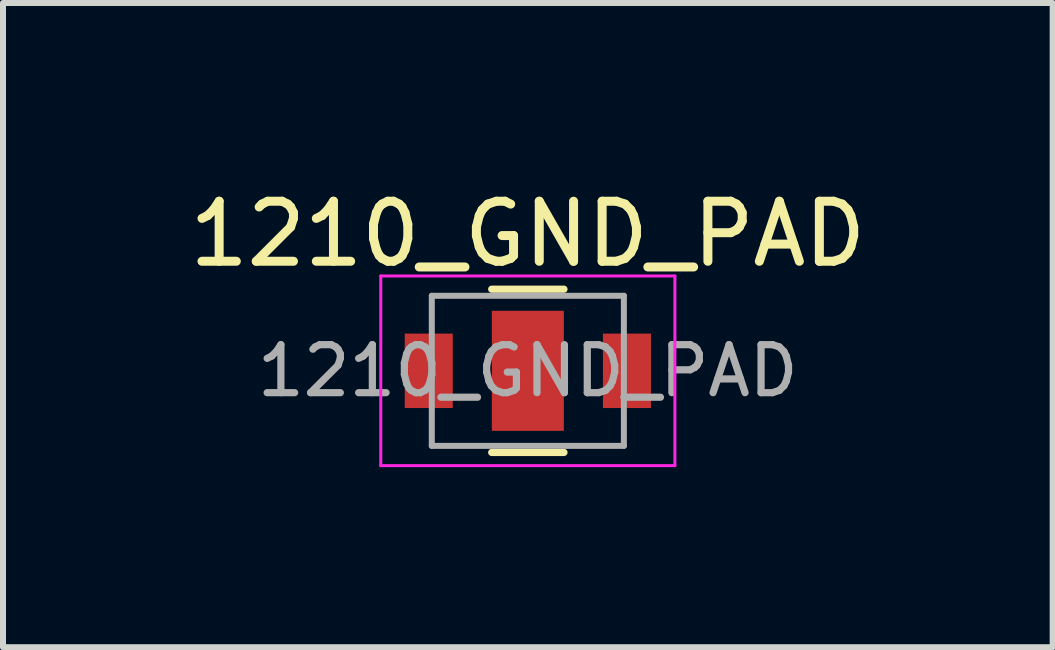
<source format=kicad_pcb>
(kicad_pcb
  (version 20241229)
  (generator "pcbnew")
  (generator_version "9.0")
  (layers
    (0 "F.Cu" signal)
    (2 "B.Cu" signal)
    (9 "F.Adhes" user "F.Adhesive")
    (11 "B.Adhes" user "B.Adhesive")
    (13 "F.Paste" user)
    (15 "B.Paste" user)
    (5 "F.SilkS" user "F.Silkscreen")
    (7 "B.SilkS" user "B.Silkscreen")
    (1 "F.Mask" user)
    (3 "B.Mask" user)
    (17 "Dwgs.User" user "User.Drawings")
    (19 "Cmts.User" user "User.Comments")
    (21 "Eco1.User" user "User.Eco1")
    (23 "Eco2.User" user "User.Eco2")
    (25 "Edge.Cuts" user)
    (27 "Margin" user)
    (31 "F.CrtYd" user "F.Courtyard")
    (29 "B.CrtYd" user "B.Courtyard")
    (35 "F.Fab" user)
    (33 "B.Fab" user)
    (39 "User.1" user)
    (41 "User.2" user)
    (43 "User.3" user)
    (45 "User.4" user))
  (footprint "1210_GND_PAD"
    (layer "F.Cu")
    (at 5.744 3.128)
    (property "Reference" "1210_GND_PAD" (at 0 -2.28 0) (layer "F.SilkS") (effects (font (size 1 1) (thickness 0.15))))
    (attr smd)
    (fp_line (start -0.602 -1.36) (end 0.602 -1.36) (stroke (width 0.12) (type solid)) (layer "F.SilkS"))
    (fp_line (start -0.602 1.36) (end 0.602 1.36) (stroke (width 0.12) (type solid)) (layer "F.SilkS"))
    (fp_line (start -2.45 -1.58) (end 2.45 -1.58) (stroke (width 0.05) (type solid)) (layer "F.CrtYd"))
    (fp_line (start -2.45 1.58) (end -2.45 -1.58) (stroke (width 0.05) (type solid)) (layer "F.CrtYd"))
    (fp_line (start 2.45 -1.58) (end 2.45 1.58) (stroke (width 0.05) (type solid)) (layer "F.CrtYd"))
    (fp_line (start 2.45 1.58) (end -2.45 1.58) (stroke (width 0.05) (type solid)) (layer "F.CrtYd"))
    (fp_line (start -1.6 -1.25) (end 1.6 -1.25) (stroke (width 0.1) (type solid)) (layer "F.Fab"))
    (fp_line (start -1.6 1.25) (end -1.6 -1.25) (stroke (width 0.1) (type solid)) (layer "F.Fab"))
    (fp_line (start 1.6 -1.25) (end 1.6 1.25) (stroke (width 0.1) (type solid)) (layer "F.Fab"))
    (fp_line (start 1.6 1.25) (end -1.6 1.25) (stroke (width 0.1) (type solid)) (layer "F.Fab"))
    (fp_text user "${REFERENCE}" (at 0 0 0) (layer "F.Fab") (effects (font (size 0.8 0.8) (thickness 0.12))))
    (pad "1" smd rect (at -1.651 0) (size 0.8 1.24) (layers "F.Cu" "F.Mask" "F.Paste"))
    (pad "2" smd rect (at 0 0) (size 1.2 2) (layers "F.Cu" "F.Mask" "F.Paste"))
    (pad "3" smd rect (at 1.651 0) (size 0.8 1.24) (layers "F.Cu" "F.Mask" "F.Paste")))
  (gr_rect
    (start -3 -3)
    (end 14.488 7.733)
    (stroke (width 0.1) (type default))
    (fill no)
    (layer "Edge.Cuts")))
</source>
